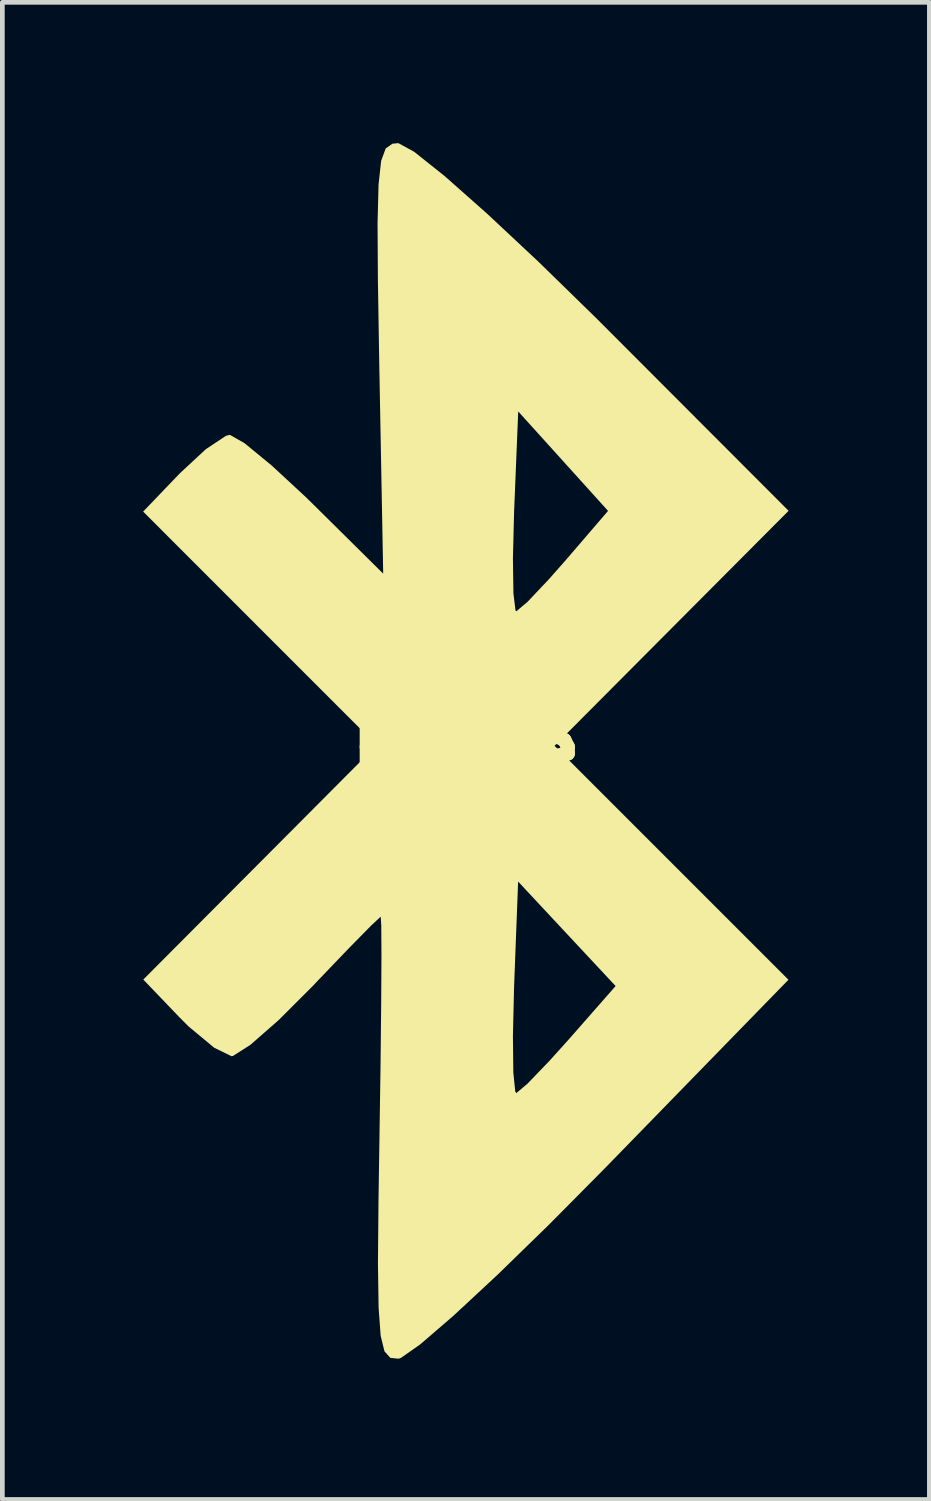
<source format=kicad_pcb>
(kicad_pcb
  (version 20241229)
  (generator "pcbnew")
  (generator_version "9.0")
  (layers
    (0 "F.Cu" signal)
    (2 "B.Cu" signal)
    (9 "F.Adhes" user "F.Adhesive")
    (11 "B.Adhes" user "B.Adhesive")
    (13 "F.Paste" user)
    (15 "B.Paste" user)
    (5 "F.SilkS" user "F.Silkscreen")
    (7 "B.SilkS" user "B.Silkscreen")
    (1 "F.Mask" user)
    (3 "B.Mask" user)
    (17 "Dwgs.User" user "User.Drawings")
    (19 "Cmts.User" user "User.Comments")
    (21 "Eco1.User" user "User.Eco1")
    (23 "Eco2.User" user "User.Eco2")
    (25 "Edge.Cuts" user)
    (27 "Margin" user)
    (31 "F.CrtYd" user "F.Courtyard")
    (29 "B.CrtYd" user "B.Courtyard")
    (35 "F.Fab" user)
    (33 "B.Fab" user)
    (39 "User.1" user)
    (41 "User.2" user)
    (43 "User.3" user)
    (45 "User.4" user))
  (footprint "Blue"
    (layer "F.Cu")
    (at 6.871 12.97)
    (property "Reference" "Blue" (at 0 0 0) (layer "F.SilkS") (effects (font (size 1.5 1.5) (thickness 0.3))))
    (attr board_only exclude_from_pos_files exclude_from_bom)
    (fp_poly (pts (xy -1.095 -12.785) (xy -0.444 -12.266) (xy 0.457 -11.468) (xy 1.548 -10.447) (xy 2.766 -9.258) (xy 2.971 -9.053) (xy 6.882 -5.136) (xy 4.388 -2.632) (xy 1.895 -0.128) (xy 4.387 2.364) (xy 6.879 4.856) (xy 2.966 8.874) (xy 1.767 10.084) (xy 0.67 11.152) (xy -0.263 12.019) (xy -0.968 12.626) (xy -1.38 12.915) (xy -1.431 12.931) (xy -1.605 12.912) (xy -1.729 12.773) (xy -1.81 12.441) (xy -1.854 11.842) (xy -1.868 10.905) (xy -1.856 9.554) (xy -1.836 8.241) (xy -1.813 6.71) (xy -1.806 6.056) (xy 1.008 6.056) (xy 1.017 6.834) (xy 1.058 7.239) (xy 1.081 7.271) (xy 1.319 7.07) (xy 1.791 6.579) (xy 2.206 6.118) (xy 3.196 4.99) (xy 2.157 3.877) (xy 1.119 2.764) (xy 1.032 5.03) (xy 1.008 6.056) (xy -1.806 6.056) (xy -1.799 5.386) (xy -1.793 4.355) (xy -1.797 3.704) (xy -1.809 3.512) (xy -2.005 3.694) (xy -2.476 4.173) (xy -3.129 4.854) (xy -3.266 4.999) (xy -3.982 5.714) (xy -4.583 6.241) (xy -4.957 6.48) (xy -4.988 6.485) (xy -5.358 6.304) (xy -5.902 5.852) (xy -6.086 5.668) (xy -6.868 4.852) (xy -4.381 2.355) (xy -1.895 -0.142) (xy -4.383 -2.63) (xy -6.871 -5.119) (xy -6.087 -5.937) (xy -5.536 -6.448) (xy -5.109 -6.733) (xy -5.024 -6.755) (xy -4.711 -6.577) (xy -4.135 -6.104) (xy -3.409 -5.432) (xy -3.25 -5.276) (xy -1.756 -3.797) (xy -1.762 -4.118) (xy 1.008 -4.118) (xy 1.019 -3.376) (xy 1.063 -3.012) (xy 1.081 -2.995) (xy 1.319 -3.196) (xy 1.781 -3.685) (xy 2.126 -4.076) (xy 3.035 -5.134) (xy 2.078 -6.194) (xy 1.121 -7.253) (xy 1.033 -5.112) (xy 1.008 -4.118) (xy -1.762 -4.118) (xy -1.842 -8.384) (xy -1.869 -10.058) (xy -1.876 -11.268) (xy -1.855 -12.088) (xy -1.8 -12.592) (xy -1.703 -12.857) (xy -1.559 -12.958) (xy -1.433 -12.97)) (stroke (width 0) (type solid)) (fill yes) (layer "F.SilkS")))
  (gr_rect
    (start -3 -3)
    (end 16.753 28.901)
    (stroke (width 0.1) (type default))
    (fill no)
    (layer "Edge.Cuts")))
</source>
